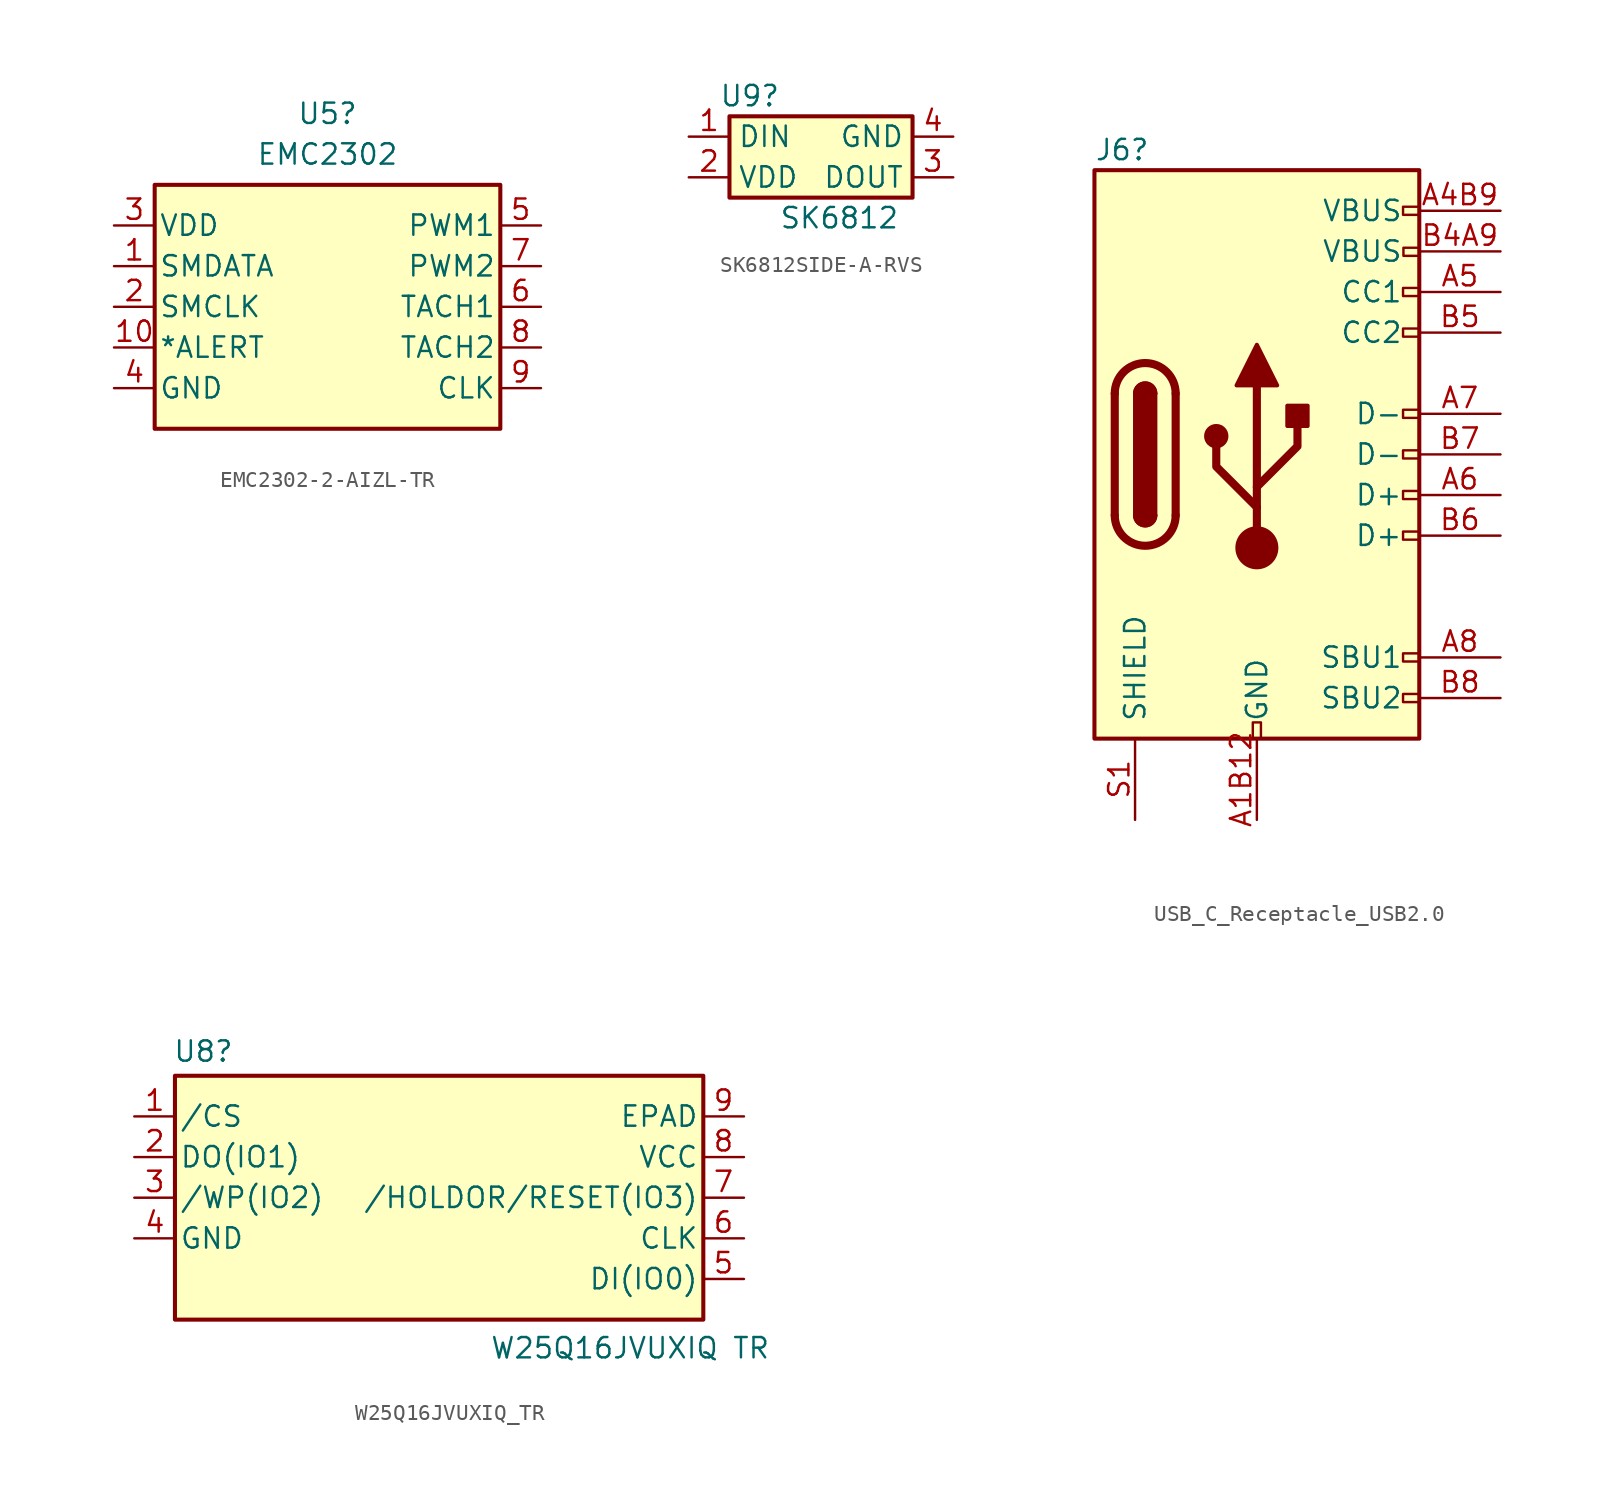
<source format=kicad_sym>
(kicad_symbol_lib
  (version 20241209)
  (generator "kicad_symbol_editor")
  (generator_version "9.0")
  (symbol "EMC2302-2-AIZL-TR"
    (pin_names
      (offset 0.254))
    (property "Reference" "U5"
      (at 1.905 12.065 0)
      (effects (font (size 1.27 1.27))))
    (property "Value" "EMC2302"
      (at 1.905 9.525 0)
      (effects (font (size 1.27 1.27))))
    (property "ki_locked" ""
      (at 0 0 0)
      (effects (font (size 1.27 1.27))))
    (symbol "EMC2302-2-AIZL-TR_0_1"
      (pin power_in line (at -11.43 5.08 0) (length 2.54) (name "VDD" (effects (font (size 1.27 1.27)))) (number "3" (effects (font (size 1.27 1.27)))))
      (pin bidirectional line (at -11.43 2.54 0) (length 2.54) (name "SMDATA" (effects (font (size 1.27 1.27)))) (number "1" (effects (font (size 1.27 1.27)))))
      (pin input line (at -11.43 0 0) (length 2.54) (name "SMCLK" (effects (font (size 1.27 1.27)))) (number "2" (effects (font (size 1.27 1.27)))))
      (pin output line (at -11.43 -2.54 0) (length 2.54) (name "*ALERT" (effects (font (size 1.27 1.27)))) (number "10" (effects (font (size 1.27 1.27)))))
      (pin power_in line (at -11.43 -5.08 0) (length 2.54) (name "GND" (effects (font (size 1.27 1.27)))) (number "4" (effects (font (size 1.27 1.27)))))
      (pin output line (at 15.24 5.08 180) (length 2.54) (name "PWM1" (effects (font (size 1.27 1.27)))) (number "5" (effects (font (size 1.27 1.27)))))
      (pin output line (at 15.24 2.54 180) (length 2.54) (name "PWM2" (effects (font (size 1.27 1.27)))) (number "7" (effects (font (size 1.27 1.27)))))
      (pin input line (at 15.24 0 180) (length 2.54) (name "TACH1" (effects (font (size 1.27 1.27)))) (number "6" (effects (font (size 1.27 1.27)))))
      (pin input line (at 15.24 -2.54 180) (length 2.54) (name "TACH2" (effects (font (size 1.27 1.27)))) (number "8" (effects (font (size 1.27 1.27)))))
      (pin bidirectional line (at 15.24 -5.08 180) (length 2.54) (name "CLK" (effects (font (size 1.27 1.27)))) (number "9" (effects (font (size 1.27 1.27))))))
    (symbol "EMC2302-2-AIZL-TR_1_1"
      (rectangle (start -8.89 7.62) (end 12.7 -7.62) (stroke (width 0.254) (type solid)) (fill (type background)))))
  (symbol "SK6812SIDE-A-RVS"
    (property "Reference" "U9"
      (at -3.81 3.81 0)
      (effects (font (size 1.27 1.27))))
    (property "Value" "SK6812"
      (at 1.778 -3.81 0)
      (effects (font (size 1.27 1.27))))
    (symbol "SK6812SIDE-A-RVS_1_1"
      (rectangle (start -5.08 2.54) (end 6.35 -2.54) (stroke (width 0.254) (type solid)) (fill (type background)))
      (pin input line (at -7.62 1.27 0) (length 2.54) (name "DIN" (effects (font (size 1.27 1.27)))) (number "1" (effects (font (size 1.27 1.27)))))
      (pin power_in line (at -7.62 -1.27 0) (length 2.54) (name "VDD" (effects (font (size 1.27 1.27)))) (number "2" (effects (font (size 1.27 1.27)))))
      (pin power_in line (at 8.89 1.27 180) (length 2.54) (name "GND" (effects (font (size 1.27 1.27)))) (number "4" (effects (font (size 1.27 1.27)))))
      (pin output line (at 8.89 -1.27 180) (length 2.54) (name "DOUT" (effects (font (size 1.27 1.27)))) (number "3" (effects (font (size 1.27 1.27)))))))
  (symbol "USB_C_Receptacle_USB2.0"
    (pin_names
      (offset 1.016))
    (property "Reference" "J6"
      (at -10.16 19.05 0)
      (effects (font (size 1.27 1.27)) (justify left)))
    (symbol "USB_C_Receptacle_USB2.0_0_0"
      (rectangle (start -0.254 -17.78) (end 0.254 -16.764) (stroke (width 0) (type default)) (fill (type none)))
      (rectangle (start 9.144 15.494) (end 10.16 14.986) (stroke (width 0) (type default)) (fill (type none)))
      (rectangle (start 9.169 12.929) (end 10.185 12.421) (stroke (width 0) (type default)) (fill (type none)))
      (rectangle (start 10.16 10.414) (end 9.144 9.906) (stroke (width 0) (type default)) (fill (type none)))
      (rectangle (start 10.16 7.874) (end 9.144 7.366) (stroke (width 0) (type default)) (fill (type none)))
      (rectangle (start 10.16 2.794) (end 9.144 2.286) (stroke (width 0) (type default)) (fill (type none)))
      (rectangle (start 10.16 0.254) (end 9.144 -0.254) (stroke (width 0) (type default)) (fill (type none)))
      (rectangle (start 10.16 -2.286) (end 9.144 -2.794) (stroke (width 0) (type default)) (fill (type none)))
      (rectangle (start 10.16 -4.826) (end 9.144 -5.334) (stroke (width 0) (type default)) (fill (type none)))
      (rectangle (start 10.16 -12.446) (end 9.144 -12.954) (stroke (width 0) (type default)) (fill (type none)))
      (rectangle (start 10.16 -14.986) (end 9.144 -15.494) (stroke (width 0) (type default)) (fill (type none))))
    (symbol "USB_C_Receptacle_USB2.0_0_1"
      (rectangle (start -10.16 17.78) (end 10.16 -17.78) (stroke (width 0.254) (type default)) (fill (type background)))
      (polyline (pts (xy -8.89 -3.81) (xy -8.89 3.81)) (stroke (width 0.508) (type default)) (fill (type none)))
      (rectangle (start -7.62 -3.81) (end -6.35 3.81) (stroke (width 0.254) (type default)) (fill (type outline)))
      (arc (start -7.62 3.81) (mid -6.985 4.4423) (end -6.35 3.81) (stroke (width 0.254) (type default)) (fill (type none)))
      (arc (start -7.62 3.81) (mid -6.985 4.4423) (end -6.35 3.81) (stroke (width 0.254) (type default)) (fill (type outline)))
      (arc (start -8.89 3.81) (mid -6.985 5.7067) (end -5.08 3.81) (stroke (width 0.508) (type default)) (fill (type none)))
      (arc (start -5.08 -3.81) (mid -6.985 -5.7067) (end -8.89 -3.81) (stroke (width 0.508) (type default)) (fill (type none)))
      (arc (start -6.35 -3.81) (mid -6.985 -4.4423) (end -7.62 -3.81) (stroke (width 0.254) (type default)) (fill (type none)))
      (arc (start -6.35 -3.81) (mid -6.985 -4.4423) (end -7.62 -3.81) (stroke (width 0.254) (type default)) (fill (type outline)))
      (polyline (pts (xy -5.08 3.81) (xy -5.08 -3.81)) (stroke (width 0.508) (type default)) (fill (type none)))
      (circle (center -2.54 1.143) (radius 0.635) (stroke (width 0.254) (type default)) (fill (type outline)))
      (polyline (pts (xy -1.27 4.318) (xy 0 6.858) (xy 1.27 4.318) (xy -1.27 4.318)) (stroke (width 0.254) (type default)) (fill (type outline)))
      (polyline (pts (xy 0 -2.032) (xy 2.54 0.508) (xy 2.54 1.778)) (stroke (width 0.508) (type default)) (fill (type none)))
      (polyline (pts (xy 0 -3.302) (xy -2.54 -0.762) (xy -2.54 0.508)) (stroke (width 0.508) (type default)) (fill (type none)))
      (polyline (pts (xy 0 -5.842) (xy 0 4.318)) (stroke (width 0.508) (type default)) (fill (type none)))
      (circle (center 0 -5.842) (radius 1.27) (stroke (width 0) (type default)) (fill (type outline)))
      (rectangle (start 1.905 1.778) (end 3.175 3.048) (stroke (width 0.254) (type default)) (fill (type outline))))
    (symbol "USB_C_Receptacle_USB2.0_1_1"
      (pin passive line (at -7.62 -22.86 90) (length 5.08) (name "SHIELD" (effects (font (size 1.27 1.27)))) (number "S1" (effects (font (size 1.27 1.27)))))
      (pin passive line (at 0 -22.86 90) (length 5.08) (name "GND" (effects (font (size 1.27 1.27)))) (number "A1B12" (effects (font (size 1.27 1.27)))))
      (pin passive line (at 0 -22.86 90) (length 5.08) (hide yes) (name "GND" (effects (font (size 1.27 1.27)))) (number "B1A12" (effects (font (size 1.27 1.27)))))
      (pin passive line (at 15.24 15.24 180) (length 5.08) (name "VBUS" (effects (font (size 1.27 1.27)))) (number "A4B9" (effects (font (size 1.27 1.27)))))
      (pin passive line (at 15.24 12.7 180) (length 5.08) (name "VBUS" (effects (font (size 1.27 1.27)))) (number "B4A9" (effects (font (size 1.27 1.27)))))
      (pin bidirectional line (at 15.24 10.16 180) (length 5.08) (name "CC1" (effects (font (size 1.27 1.27)))) (number "A5" (effects (font (size 1.27 1.27)))))
      (pin bidirectional line (at 15.24 7.62 180) (length 5.08) (name "CC2" (effects (font (size 1.27 1.27)))) (number "B5" (effects (font (size 1.27 1.27)))))
      (pin bidirectional line (at 15.24 2.54 180) (length 5.08) (name "D-" (effects (font (size 1.27 1.27)))) (number "A7" (effects (font (size 1.27 1.27)))))
      (pin bidirectional line (at 15.24 0 180) (length 5.08) (name "D-" (effects (font (size 1.27 1.27)))) (number "B7" (effects (font (size 1.27 1.27)))))
      (pin bidirectional line (at 15.24 -2.54 180) (length 5.08) (name "D+" (effects (font (size 1.27 1.27)))) (number "A6" (effects (font (size 1.27 1.27)))))
      (pin bidirectional line (at 15.24 -5.08 180) (length 5.08) (name "D+" (effects (font (size 1.27 1.27)))) (number "B6" (effects (font (size 1.27 1.27)))))
      (pin bidirectional line (at 15.24 -12.7 180) (length 5.08) (name "SBU1" (effects (font (size 1.27 1.27)))) (number "A8" (effects (font (size 1.27 1.27)))))
      (pin bidirectional line (at 15.24 -15.24 180) (length 5.08) (name "SBU2" (effects (font (size 1.27 1.27)))) (number "B8" (effects (font (size 1.27 1.27)))))))
  (symbol "W25Q16JVUXIQ_TR"
    (pin_names
      (offset 0.254))
    (property "Reference" "U8"
      (at -14.732 7.874 0)
      (effects (font (size 1.27 1.27))))
    (property "Value" "W25Q16JVUXIQ TR"
      (at 11.938 -10.668 0)
      (effects (font (size 1.27 1.27))))
    (symbol "W25Q16JVUXIQ_TR_0_1"
      (pin unspecified line (at -19.05 3.81 0) (length 2.56) (name "/CS" (effects (font (size 1.27 1.27)))) (number "1" (effects (font (size 1.27 1.27)))))
      (pin unspecified line (at -19.05 1.27 0) (length 2.56) (name "DO(IO1)" (effects (font (size 1.27 1.27)))) (number "2" (effects (font (size 1.27 1.27)))))
      (pin unspecified line (at -19.05 -1.27 0) (length 2.56) (name "/WP(IO2)" (effects (font (size 1.27 1.27)))) (number "3" (effects (font (size 1.27 1.27)))))
      (pin unspecified line (at -19.05 -3.81 0) (length 2.56) (name "GND" (effects (font (size 1.27 1.27)))) (number "4" (effects (font (size 1.27 1.27)))))
      (pin unspecified line (at 19.05 3.81 180) (length 2.56) (name "EPAD" (effects (font (size 1.27 1.27)))) (number "9" (effects (font (size 1.27 1.27)))))
      (pin unspecified line (at 19.05 1.27 180) (length 2.56) (name "VCC" (effects (font (size 1.27 1.27)))) (number "8" (effects (font (size 1.27 1.27)))))
      (pin unspecified line (at 19.05 -1.27 180) (length 2.56) (name "/HOLDOR/RESET(IO3)" (effects (font (size 1.27 1.27)))) (number "7" (effects (font (size 1.27 1.27)))))
      (pin unspecified line (at 19.05 -3.81 180) (length 2.56) (name "CLK" (effects (font (size 1.27 1.27)))) (number "6" (effects (font (size 1.27 1.27)))))
      (pin unspecified line (at 19.05 -6.35 180) (length 2.56) (name "DI(IO0)" (effects (font (size 1.27 1.27)))) (number "5" (effects (font (size 1.27 1.27))))))
    (symbol "W25Q16JVUXIQ_TR_1_1"
      (rectangle (start -16.51 6.35) (end 16.51 -8.89) (stroke (width 0.254) (type solid)) (fill (type background))))))
</source>
